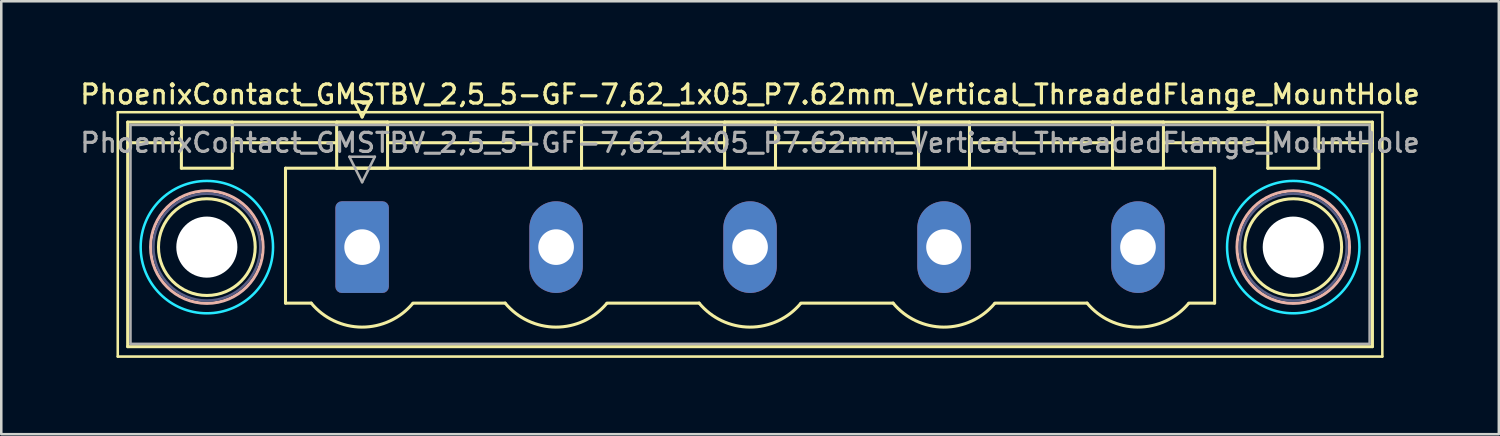
<source format=kicad_pcb>
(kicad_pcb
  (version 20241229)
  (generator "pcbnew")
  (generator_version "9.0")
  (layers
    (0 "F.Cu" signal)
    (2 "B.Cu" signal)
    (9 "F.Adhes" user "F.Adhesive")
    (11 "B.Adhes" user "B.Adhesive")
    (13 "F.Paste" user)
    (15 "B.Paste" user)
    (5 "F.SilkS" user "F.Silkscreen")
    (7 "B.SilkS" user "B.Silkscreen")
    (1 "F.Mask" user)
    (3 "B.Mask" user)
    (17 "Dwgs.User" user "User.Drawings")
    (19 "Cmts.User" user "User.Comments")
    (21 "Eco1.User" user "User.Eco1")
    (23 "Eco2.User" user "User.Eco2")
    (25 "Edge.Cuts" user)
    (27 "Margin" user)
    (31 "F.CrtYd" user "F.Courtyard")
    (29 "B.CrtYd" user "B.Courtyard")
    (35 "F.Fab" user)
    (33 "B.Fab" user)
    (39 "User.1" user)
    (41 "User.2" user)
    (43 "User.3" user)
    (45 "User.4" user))
  (footprint "PhoenixContact_GMSTBV_2,5_5-GF-7,62_1x05_P7.62mm_Vertical_ThreadedFlange_MountHole"
    (layer "F.Cu")
    (at 11.176 6.658)
    (property "Reference" "PhoenixContact_GMSTBV_2,5_5-GF-7,62_1x05_P7.62mm_Vertical_ThreadedFlange_MountHole" (at 15.24 -6 0) (layer "F.SilkS") (effects (font (size 0.75 0.75) (thickness 0.125))))
    (attr through_hole)
    (fp_line (start -9.6 -5.3) (end -9.6 4.3) (stroke (width 0.1) (type solid)) (layer "F.SilkS"))
    (fp_line (start -9.6 4.3) (end 40.08 4.3) (stroke (width 0.1) (type solid)) (layer "F.SilkS"))
    (fp_line (start -9.21 -4.91) (end -9.21 3.91) (stroke (width 0.12) (type solid)) (layer "F.SilkS"))
    (fp_line (start -9.21 -4.1) (end -7.21 -4.1) (stroke (width 0.12) (type solid)) (layer "F.SilkS"))
    (fp_line (start -9.21 3.91) (end 39.69 3.91) (stroke (width 0.12) (type solid)) (layer "F.SilkS"))
    (fp_line (start -7.1 -4.91) (end -5.1 -4.91) (stroke (width 0.12) (type solid)) (layer "F.SilkS"))
    (fp_line (start -7.1 -3.1) (end -7.1 -4.91) (stroke (width 0.12) (type solid)) (layer "F.SilkS"))
    (fp_line (start -5.1 -4.91) (end -5.1 -3.1) (stroke (width 0.12) (type solid)) (layer "F.SilkS"))
    (fp_line (start -5.1 -4.1) (end -1 -4.1) (stroke (width 0.12) (type solid)) (layer "F.SilkS"))
    (fp_line (start -5.1 -3.1) (end -7.1 -3.1) (stroke (width 0.12) (type solid)) (layer "F.SilkS"))
    (fp_line (start -3.01 -3.1) (end 33.49 -3.1) (stroke (width 0.12) (type solid)) (layer "F.SilkS"))
    (fp_line (start -3.01 2.2) (end -3.01 -3.1) (stroke (width 0.12) (type solid)) (layer "F.SilkS"))
    (fp_line (start -2 2.2) (end -3.01 2.2) (stroke (width 0.12) (type solid)) (layer "F.SilkS"))
    (fp_line (start -1 -4.91) (end 1 -4.91) (stroke (width 0.12) (type solid)) (layer "F.SilkS"))
    (fp_line (start -1 -3.1) (end -1 -4.91) (stroke (width 0.12) (type solid)) (layer "F.SilkS"))
    (fp_line (start -0.3 -5.71) (end 0.3 -5.71) (stroke (width 0.12) (type solid)) (layer "F.SilkS"))
    (fp_line (start 0 -5.11) (end -0.3 -5.71) (stroke (width 0.12) (type solid)) (layer "F.SilkS"))
    (fp_line (start 0.3 -5.71) (end 0 -5.11) (stroke (width 0.12) (type solid)) (layer "F.SilkS"))
    (fp_line (start 1 -4.91) (end 1 -3.1) (stroke (width 0.12) (type solid)) (layer "F.SilkS"))
    (fp_line (start 1 -4.1) (end 6.62 -4.1) (stroke (width 0.12) (type solid)) (layer "F.SilkS"))
    (fp_line (start 1 -3.1) (end -1 -3.1) (stroke (width 0.12) (type solid)) (layer "F.SilkS"))
    (fp_line (start 2 2.2) (end 5.62 2.2) (stroke (width 0.12) (type solid)) (layer "F.SilkS"))
    (fp_line (start 6.62 -4.91) (end 8.62 -4.91) (stroke (width 0.12) (type solid)) (layer "F.SilkS"))
    (fp_line (start 6.62 -3.1) (end 6.62 -4.91) (stroke (width 0.12) (type solid)) (layer "F.SilkS"))
    (fp_line (start 8.62 -4.91) (end 8.62 -3.1) (stroke (width 0.12) (type solid)) (layer "F.SilkS"))
    (fp_line (start 8.62 -4.1) (end 14.24 -4.1) (stroke (width 0.12) (type solid)) (layer "F.SilkS"))
    (fp_line (start 8.62 -3.1) (end 6.62 -3.1) (stroke (width 0.12) (type solid)) (layer "F.SilkS"))
    (fp_line (start 9.62 2.2) (end 13.24 2.2) (stroke (width 0.12) (type solid)) (layer "F.SilkS"))
    (fp_line (start 14.24 -4.91) (end 16.24 -4.91) (stroke (width 0.12) (type solid)) (layer "F.SilkS"))
    (fp_line (start 14.24 -3.1) (end 14.24 -4.91) (stroke (width 0.12) (type solid)) (layer "F.SilkS"))
    (fp_line (start 16.24 -4.91) (end 16.24 -3.1) (stroke (width 0.12) (type solid)) (layer "F.SilkS"))
    (fp_line (start 16.24 -4.1) (end 21.86 -4.1) (stroke (width 0.12) (type solid)) (layer "F.SilkS"))
    (fp_line (start 16.24 -3.1) (end 14.24 -3.1) (stroke (width 0.12) (type solid)) (layer "F.SilkS"))
    (fp_line (start 17.24 2.2) (end 20.86 2.2) (stroke (width 0.12) (type solid)) (layer "F.SilkS"))
    (fp_line (start 21.86 -4.91) (end 23.86 -4.91) (stroke (width 0.12) (type solid)) (layer "F.SilkS"))
    (fp_line (start 21.86 -3.1) (end 21.86 -4.91) (stroke (width 0.12) (type solid)) (layer "F.SilkS"))
    (fp_line (start 23.86 -4.91) (end 23.86 -3.1) (stroke (width 0.12) (type solid)) (layer "F.SilkS"))
    (fp_line (start 23.86 -4.1) (end 29.48 -4.1) (stroke (width 0.12) (type solid)) (layer "F.SilkS"))
    (fp_line (start 23.86 -3.1) (end 21.86 -3.1) (stroke (width 0.12) (type solid)) (layer "F.SilkS"))
    (fp_line (start 24.86 2.2) (end 28.48 2.2) (stroke (width 0.12) (type solid)) (layer "F.SilkS"))
    (fp_line (start 29.48 -4.91) (end 31.48 -4.91) (stroke (width 0.12) (type solid)) (layer "F.SilkS"))
    (fp_line (start 29.48 -3.1) (end 29.48 -4.91) (stroke (width 0.12) (type solid)) (layer "F.SilkS"))
    (fp_line (start 31.48 -4.91) (end 31.48 -3.1) (stroke (width 0.12) (type solid)) (layer "F.SilkS"))
    (fp_line (start 31.48 -4.1) (end 35.58 -4.1) (stroke (width 0.12) (type solid)) (layer "F.SilkS"))
    (fp_line (start 31.48 -3.1) (end 29.48 -3.1) (stroke (width 0.12) (type solid)) (layer "F.SilkS"))
    (fp_line (start 33.49 -3.1) (end 33.49 2.2) (stroke (width 0.12) (type solid)) (layer "F.SilkS"))
    (fp_line (start 33.49 2.2) (end 32.48 2.2) (stroke (width 0.12) (type solid)) (layer "F.SilkS"))
    (fp_line (start 35.58 -4.91) (end 37.58 -4.91) (stroke (width 0.12) (type solid)) (layer "F.SilkS"))
    (fp_line (start 35.58 -3.1) (end 35.58 -4.91) (stroke (width 0.12) (type solid)) (layer "F.SilkS"))
    (fp_line (start 37.58 -4.91) (end 37.58 -3.1) (stroke (width 0.12) (type solid)) (layer "F.SilkS"))
    (fp_line (start 37.58 -3.1) (end 35.58 -3.1) (stroke (width 0.12) (type solid)) (layer "F.SilkS"))
    (fp_line (start 39.69 -4.91) (end -9.21 -4.91) (stroke (width 0.12) (type solid)) (layer "F.SilkS"))
    (fp_line (start 39.69 -4.1) (end 37.69 -4.1) (stroke (width 0.12) (type solid)) (layer "F.SilkS"))
    (fp_line (start 39.69 3.91) (end 39.69 -4.91) (stroke (width 0.12) (type solid)) (layer "F.SilkS"))
    (fp_line (start 40.08 -5.3) (end -9.6 -5.3) (stroke (width 0.1) (type solid)) (layer "F.SilkS"))
    (fp_line (start 40.08 4.3) (end 40.08 -5.3) (stroke (width 0.1) (type solid)) (layer "F.SilkS"))
    (fp_arc (start 1.986842 2.215821) (mid -0.010289 3.142758) (end -2 2.2) (stroke (width 0.12) (type solid)) (layer "F.SilkS"))
    (fp_arc (start 9.606842 2.215821) (mid 7.609711 3.142758) (end 5.62 2.2) (stroke (width 0.12) (type solid)) (layer "F.SilkS"))
    (fp_arc (start 17.226842 2.215821) (mid 15.229711 3.142758) (end 13.24 2.2) (stroke (width 0.12) (type solid)) (layer "F.SilkS"))
    (fp_arc (start 24.846842 2.215821) (mid 22.849711 3.142758) (end 20.86 2.2) (stroke (width 0.12) (type solid)) (layer "F.SilkS"))
    (fp_arc (start 32.466842 2.215821) (mid 30.469711 3.142758) (end 28.48 2.2) (stroke (width 0.12) (type solid)) (layer "F.SilkS"))
    (fp_circle (center -6.1 0) (end -4.2 0) (stroke (width 0.12) (type solid)) (fill no) (layer "F.SilkS"))
    (fp_circle (center 36.58 0) (end 38.48 0) (stroke (width 0.12) (type solid)) (fill no) (layer "F.SilkS"))
    (fp_circle (center -6.1 0) (end -3.89 0) (stroke (width 0.12) (type solid)) (fill no) (layer "B.SilkS"))
    (fp_circle (center 36.58 0) (end 38.79 0) (stroke (width 0.12) (type solid)) (fill no) (layer "B.SilkS"))
    (fp_circle (center -6.1 0) (end -3.5 0) (stroke (width 0.1) (type solid)) (fill no) (layer "B.CrtYd"))
    (fp_circle (center 36.58 0) (end 39.18 0) (stroke (width 0.1) (type solid)) (fill no) (layer "B.CrtYd"))
    (fp_circle (center -6.1 0) (end -4 0) (stroke (width 0.1) (type solid)) (fill no) (layer "B.Fab"))
    (fp_circle (center 36.58 0) (end 38.68 0) (stroke (width 0.1) (type solid)) (fill no) (layer "B.Fab"))
    (fp_line (start -9.1 -4.8) (end -9.1 3.8) (stroke (width 0.1) (type solid)) (layer "F.Fab"))
    (fp_line (start -9.1 3.8) (end 39.58 3.8) (stroke (width 0.1) (type solid)) (layer "F.Fab"))
    (fp_line (start -0.5 -3.55) (end 0.5 -3.55) (stroke (width 0.1) (type solid)) (layer "F.Fab"))
    (fp_line (start 0 -2.55) (end -0.5 -3.55) (stroke (width 0.1) (type solid)) (layer "F.Fab"))
    (fp_line (start 0.5 -3.55) (end 0 -2.55) (stroke (width 0.1) (type solid)) (layer "F.Fab"))
    (fp_line (start 39.58 -4.8) (end -9.1 -4.8) (stroke (width 0.1) (type solid)) (layer "F.Fab"))
    (fp_line (start 39.58 3.8) (end 39.58 -4.8) (stroke (width 0.1) (type solid)) (layer "F.Fab"))
    (fp_text user "${REFERENCE}" (at 15.24 -4.1 0) (layer "F.Fab") (effects (font (size 0.75 0.75) (thickness 0.125))))
    (pad "" np_thru_hole circle (at -6.1 0) (size 2.4 2.4) (drill 2.4) (layers "*.Cu" "*.Mask"))
    (pad "" np_thru_hole circle (at 36.58 0) (size 2.4 2.4) (drill 2.4) (layers "*.Cu" "*.Mask"))
    (pad "1" thru_hole roundrect (at 0 0) (size 2.1 3.6) (drill 1.4) (layers "*.Cu" "*.Mask") (roundrect_rratio 0.119))
    (pad "2" thru_hole oval (at 7.62 0) (size 2.1 3.6) (drill 1.4) (layers "*.Cu" "*.Mask"))
    (pad "3" thru_hole oval (at 15.24 0) (size 2.1 3.6) (drill 1.4) (layers "*.Cu" "*.Mask"))
    (pad "4" thru_hole oval (at 22.86 0) (size 2.1 3.6) (drill 1.4) (layers "*.Cu" "*.Mask"))
    (pad "5" thru_hole oval (at 30.48 0) (size 2.1 3.6) (drill 1.4) (layers "*.Cu" "*.Mask")))
  (gr_rect
    (start -3 -3)
    (end 55.832 14.008)
    (stroke (width 0.1) (type default))
    (fill no)
    (layer "Edge.Cuts")))
</source>
